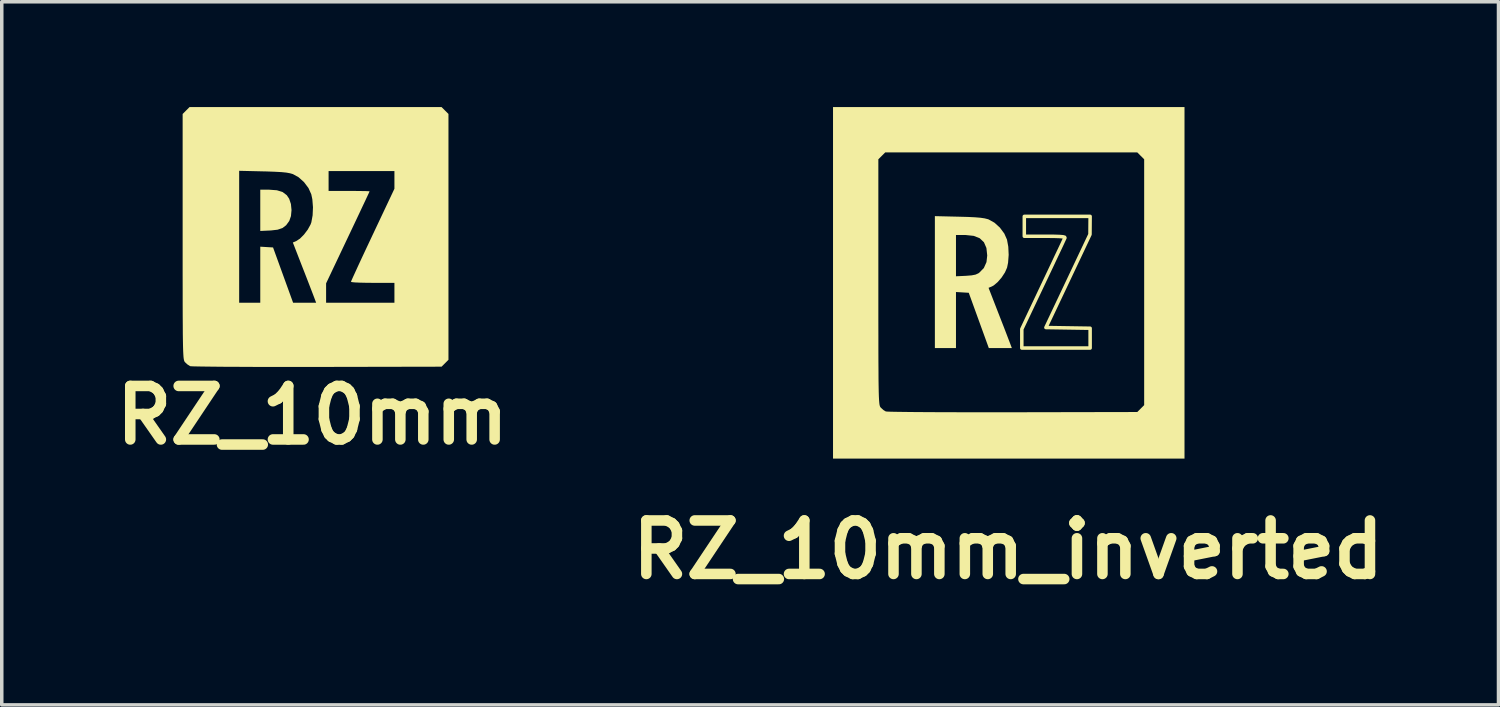
<source format=kicad_pcb>
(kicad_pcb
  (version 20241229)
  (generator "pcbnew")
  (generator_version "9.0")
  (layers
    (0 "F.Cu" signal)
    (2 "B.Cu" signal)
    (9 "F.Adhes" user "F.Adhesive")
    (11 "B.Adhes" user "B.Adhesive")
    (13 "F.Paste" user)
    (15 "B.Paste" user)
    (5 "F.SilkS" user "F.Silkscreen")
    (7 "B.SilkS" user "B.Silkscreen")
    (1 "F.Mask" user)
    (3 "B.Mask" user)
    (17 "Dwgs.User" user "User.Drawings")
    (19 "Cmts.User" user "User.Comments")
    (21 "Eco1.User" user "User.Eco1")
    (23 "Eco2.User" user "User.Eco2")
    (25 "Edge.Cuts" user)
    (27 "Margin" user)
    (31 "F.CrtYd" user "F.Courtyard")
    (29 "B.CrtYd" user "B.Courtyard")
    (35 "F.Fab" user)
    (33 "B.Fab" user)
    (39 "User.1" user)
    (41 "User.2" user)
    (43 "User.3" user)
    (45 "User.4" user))
  (footprint "RZ_10mm_inverted"
    (layer "F.Cu")
    (at 25.664 4.988)
    (property "Reference" "RZ_10mm_inverted" (at 0 7.62 0) (layer "F.SilkS") (effects (font (size 1.524 1.524) (thickness 0.3))))
    (attr board_only exclude_from_pos_files exclude_from_bom)
    (fp_poly (pts (xy 2.333 -1.618) (xy 2.331 -1.362) (xy 1.703 -0.035) (xy 1.075 1.291) (xy 1.705 1.301) (xy 2.335 1.311) (xy 2.335 1.875) (xy 0.389 1.875) (xy 0.389 1.335) (xy 0.994 0.057) (xy 1.127 -0.223) (xy 1.251 -0.485) (xy 1.362 -0.721) (xy 1.458 -0.923) (xy 1.534 -1.084) (xy 1.587 -1.199) (xy 1.615 -1.258) (xy 1.617 -1.265) (xy 1.609 -1.282) (xy 1.562 -1.294) (xy 1.469 -1.302) (xy 1.323 -1.307) (xy 1.116 -1.309) (xy 1.047 -1.309) (xy 0.46 -1.309) (xy 0.46 -1.875) (xy 2.335 -1.875)) (stroke (width 0.1) (type solid)) (fill no) (layer "F.SilkS"))
    (fp_poly (pts (xy 5.023 5.023) (xy -4.988 5.023) (xy -4.988 -0.003) (xy -3.697 -0.003) (xy -3.697 0.572) (xy -3.697 1.08) (xy -3.696 1.526) (xy -3.696 1.914) (xy -3.695 2.247) (xy -3.693 2.531) (xy -3.692 2.77) (xy -3.689 2.967) (xy -3.686 3.127) (xy -3.682 3.254) (xy -3.677 3.352) (xy -3.671 3.426) (xy -3.665 3.479) (xy -3.657 3.517) (xy -3.648 3.542) (xy -3.637 3.56) (xy -3.626 3.573) (xy -3.55 3.642) (xy -3.485 3.681) (xy -3.44 3.685) (xy -3.329 3.689) (xy -3.158 3.692) (xy -2.93 3.695) (xy -2.651 3.698) (xy -2.326 3.7) (xy -1.958 3.702) (xy -1.555 3.703) (xy -1.119 3.704) (xy -0.656 3.704) (xy -0.171 3.704) (xy 0.132 3.704) (xy 3.678 3.697) (xy 3.776 3.599) (xy 3.874 3.501) (xy 3.874 -3.501) (xy 3.776 -3.599) (xy 3.678 -3.697) (xy -3.501 -3.697) (xy -3.697 -3.501) (xy -3.697 -0.003) (xy -4.988 -0.003) (xy -4.988 -4.988) (xy 5.023 -4.988)) (stroke (width 0) (type solid)) (fill yes) (layer "F.SilkS"))
    (fp_poly (pts (xy -1.406 -1.866) (xy -1.144 -1.859) (xy -0.941 -1.849) (xy -0.787 -1.836) (xy -0.672 -1.819) (xy -0.584 -1.797) (xy -0.558 -1.789) (xy -0.391 -1.696) (xy -0.235 -1.555) (xy -0.109 -1.385) (xy -0.033 -1.213) (xy 0.004 -1.011) (xy 0.015 -0.78) (xy -0.002 -0.556) (xy -0.031 -0.415) (xy -0.091 -0.279) (xy -0.186 -0.134) (xy -0.298 -0.004) (xy -0.412 0.092) (xy -0.463 0.12) (xy -0.558 0.16) (xy -0.297 0.832) (xy -0.212 1.05) (xy -0.131 1.257) (xy -0.06 1.441) (xy -0.004 1.588) (xy 0.033 1.684) (xy 0.035 1.689) (xy 0.105 1.875) (xy -0.551 1.875) (xy -1.122 0.301) (xy -1.304 0.29) (xy -1.486 0.279) (xy -1.486 1.875) (xy -2.087 1.875) (xy -2.087 -0.169) (xy -1.486 -0.169) (xy -1.205 -0.182) (xy -1.041 -0.195) (xy -0.928 -0.217) (xy -0.847 -0.254) (xy -0.825 -0.269) (xy -0.692 -0.405) (xy -0.617 -0.573) (xy -0.596 -0.761) (xy -0.619 -0.975) (xy -0.689 -1.137) (xy -0.809 -1.252) (xy -0.981 -1.32) (xy -1.208 -1.344) (xy -1.229 -1.344) (xy -1.486 -1.344) (xy -1.486 -0.169) (xy -2.087 -0.169) (xy -2.087 -1.882)) (stroke (width 0) (type solid)) (fill yes) (layer "F.SilkS")))
  (footprint "RZ_10mm"
    (layer "F.Cu")
    (at 5.849 3.697)
    (property "Reference" "RZ_10mm" (at 0 5.08 0) (layer "F.SilkS") (effects (font (size 1.524 1.524) (thickness 0.3))))
    (attr board_only exclude_from_pos_files exclude_from_bom)
    (fp_poly (pts (xy -1.012 -1.328) (xy -0.849 -1.277) (xy -0.73 -1.186) (xy -0.663 -1.086) (xy -0.613 -0.937) (xy -0.596 -0.763) (xy -0.612 -0.592) (xy -0.66 -0.454) (xy -0.661 -0.453) (xy -0.749 -0.332) (xy -0.854 -0.252) (xy -0.992 -0.205) (xy -1.182 -0.183) (xy -1.205 -0.182) (xy -1.486 -0.169) (xy -1.486 -1.344) (xy -1.229 -1.344)) (stroke (width 0) (type solid)) (fill yes) (layer "F.SilkS"))
    (fp_poly (pts (xy 3.776 -3.599) (xy 3.874 -3.501) (xy 3.874 3.501) (xy 3.776 3.599) (xy 3.678 3.697) (xy 0.132 3.704) (xy -0.364 3.704) (xy -0.841 3.704) (xy -1.294 3.704) (xy -1.718 3.703) (xy -2.108 3.701) (xy -2.459 3.7) (xy -2.767 3.697) (xy -3.026 3.694) (xy -3.232 3.691) (xy -3.38 3.688) (xy -3.466 3.684) (xy -3.485 3.681) (xy -3.561 3.633) (xy -3.626 3.573) (xy -3.638 3.559) (xy -3.648 3.542) (xy -3.657 3.516) (xy -3.665 3.478) (xy -3.672 3.424) (xy -3.677 3.35) (xy -3.682 3.251) (xy -3.686 3.123) (xy -3.689 2.962) (xy -3.692 2.764) (xy -3.693 2.524) (xy -3.695 2.239) (xy -3.696 1.904) (xy -3.696 1.515) (xy -3.697 1.067) (xy -3.697 0.557) (xy -3.697 -0.003) (xy -3.697 -1.882) (xy -2.087 -1.882) (xy -2.087 1.875) (xy -1.486 1.875) (xy -1.486 0.279) (xy -1.304 0.29) (xy -1.122 0.301) (xy -0.551 1.875) (xy 0.105 1.875) (xy 0.389 1.875) (xy 2.335 1.875) (xy 2.335 1.309) (xy 1.716 1.309) (xy 1.515 1.307) (xy 1.342 1.303) (xy 1.207 1.297) (xy 1.122 1.288) (xy 1.097 1.28) (xy 1.111 1.243) (xy 1.153 1.149) (xy 1.219 1.005) (xy 1.305 0.817) (xy 1.409 0.593) (xy 1.528 0.339) (xy 1.658 0.063) (xy 1.716 -0.06) (xy 2.335 -1.371) (xy 2.335 -1.875) (xy 0.46 -1.875) (xy 0.46 -1.309) (xy 1.044 -1.309) (xy 1.238 -1.308) (xy 1.405 -1.306) (xy 1.533 -1.304) (xy 1.61 -1.3) (xy 1.627 -1.298) (xy 1.613 -1.264) (xy 1.571 -1.174) (xy 1.505 -1.033) (xy 1.418 -0.849) (xy 1.314 -0.628) (xy 1.195 -0.376) (xy 1.065 -0.102) (xy 1.008 0.018) (xy 0.389 1.323) (xy 0.389 1.875) (xy 0.105 1.875) (xy 0.035 1.689) (xy 0.00028 1.598) (xy -0.055 1.455) (xy -0.125 1.273) (xy -0.205 1.067) (xy -0.29 0.85) (xy -0.297 0.832) (xy -0.558 0.16) (xy -0.463 0.12) (xy -0.355 0.049) (xy -0.24 -0.067) (xy -0.134 -0.207) (xy -0.055 -0.35) (xy -0.031 -0.415) (xy 0.005 -0.614) (xy 0.015 -0.844) (xy -0.003 -1.07) (xy -0.033 -1.213) (xy -0.113 -1.391) (xy -0.241 -1.561) (xy -0.398 -1.701) (xy -0.558 -1.789) (xy -0.639 -1.812) (xy -0.743 -1.831) (xy -0.882 -1.845) (xy -1.067 -1.855) (xy -1.307 -1.864) (xy -1.406 -1.866) (xy -2.087 -1.882) (xy -3.697 -1.882) (xy -3.697 -3.501) (xy -3.501 -3.697) (xy 3.678 -3.697)) (stroke (width 0) (type solid)) (fill yes) (layer "F.SilkS")))
  (gr_rect
    (start -3 -3)
    (end 39.63 17.026)
    (stroke (width 0.1) (type default))
    (fill no)
    (layer "Edge.Cuts")))
</source>
